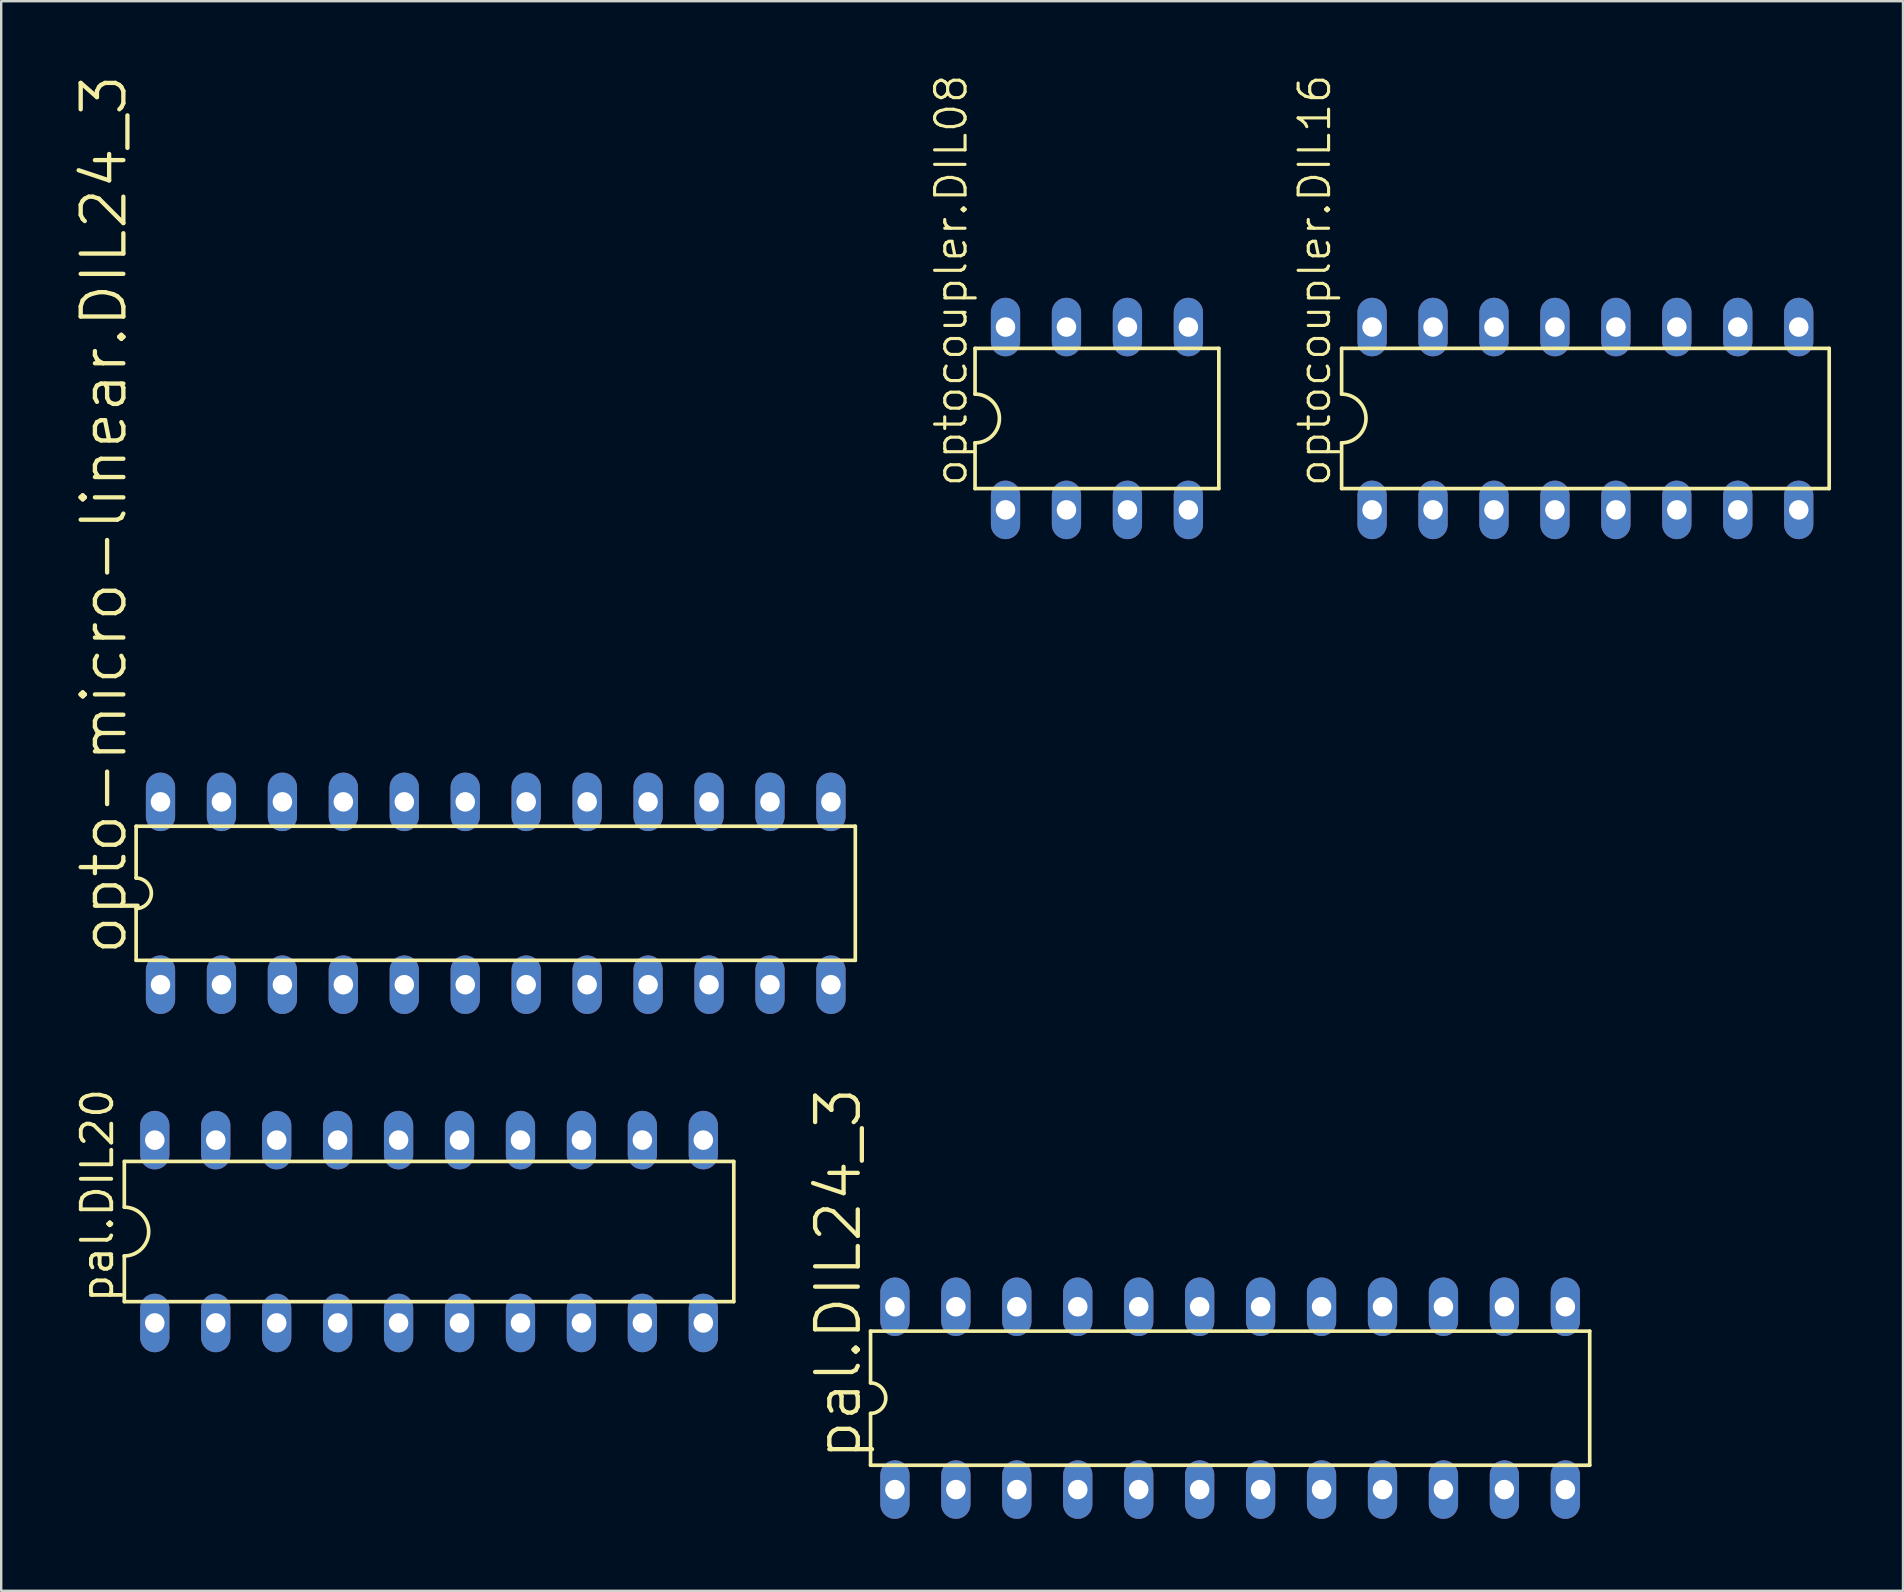
<source format=kicad_pcb>
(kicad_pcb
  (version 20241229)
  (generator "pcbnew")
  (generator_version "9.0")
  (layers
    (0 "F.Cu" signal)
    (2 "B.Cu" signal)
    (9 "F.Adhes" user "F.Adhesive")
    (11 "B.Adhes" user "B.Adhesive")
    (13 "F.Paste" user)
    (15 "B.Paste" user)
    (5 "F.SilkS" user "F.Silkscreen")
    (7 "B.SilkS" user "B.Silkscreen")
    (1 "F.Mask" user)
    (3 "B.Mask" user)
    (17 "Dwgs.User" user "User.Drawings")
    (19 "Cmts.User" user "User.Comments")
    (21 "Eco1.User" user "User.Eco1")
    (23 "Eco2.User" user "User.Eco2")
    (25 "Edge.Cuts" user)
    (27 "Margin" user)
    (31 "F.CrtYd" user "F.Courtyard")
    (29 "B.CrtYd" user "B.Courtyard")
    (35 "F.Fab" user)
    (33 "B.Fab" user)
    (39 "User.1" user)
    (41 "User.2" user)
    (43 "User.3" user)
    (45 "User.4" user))
  (footprint "opto-micro-linear.DIL24_3"
    (layer "F.Cu")
    (at 17.609 34.178)
    (property "Reference" "opto-micro-linear.DIL24_3" (at -15.291 2.667 90) (layer "F.SilkS") (effects (font (size 1.778 1.778) (thickness 0.18)) (justify left bottom)))
    (attr through_hole)
    (fp_line (start -14.986 -2.794) (end -14.986 -0.635) (stroke (width 0.152) (type default)) (layer "F.SilkS"))
    (fp_line (start -14.986 -2.794) (end 14.986 -2.794) (stroke (width 0.152) (type default)) (layer "F.SilkS"))
    (fp_line (start -14.986 0.635) (end -14.986 2.794) (stroke (width 0.152) (type default)) (layer "F.SilkS"))
    (fp_line (start -14.986 2.794) (end 14.986 2.794) (stroke (width 0.152) (type default)) (layer "F.SilkS"))
    (fp_line (start 14.986 2.794) (end 14.986 -2.794) (stroke (width 0.152) (type default)) (layer "F.SilkS"))
    (fp_arc (start -14.986 -0.635) (mid -14.351 0) (end -14.986 0.635) (stroke (width 0.1524) (type default)) (layer "F.SilkS"))
    (pad "1" thru_hole oval (at -13.97 3.81 90) (size 2.438 1.219) (drill 0.813) (layers "*.Cu" "*.Mask"))
    (pad "2" thru_hole oval (at -11.43 3.81 90) (size 2.438 1.219) (drill 0.813) (layers "*.Cu" "*.Mask"))
    (pad "3" thru_hole oval (at -8.89 3.81 90) (size 2.438 1.219) (drill 0.813) (layers "*.Cu" "*.Mask"))
    (pad "4" thru_hole oval (at -6.35 3.81 90) (size 2.438 1.219) (drill 0.813) (layers "*.Cu" "*.Mask"))
    (pad "5" thru_hole oval (at -3.81 3.81 90) (size 2.438 1.219) (drill 0.813) (layers "*.Cu" "*.Mask"))
    (pad "6" thru_hole oval (at -1.27 3.81 90) (size 2.438 1.219) (drill 0.813) (layers "*.Cu" "*.Mask"))
    (pad "7" thru_hole oval (at 1.27 3.81 90) (size 2.438 1.219) (drill 0.813) (layers "*.Cu" "*.Mask"))
    (pad "8" thru_hole oval (at 3.81 3.81 90) (size 2.438 1.219) (drill 0.813) (layers "*.Cu" "*.Mask"))
    (pad "9" thru_hole oval (at 6.35 3.81 90) (size 2.438 1.219) (drill 0.813) (layers "*.Cu" "*.Mask"))
    (pad "10" thru_hole oval (at 8.89 3.81 90) (size 2.438 1.219) (drill 0.813) (layers "*.Cu" "*.Mask"))
    (pad "11" thru_hole oval (at 11.43 3.81 90) (size 2.438 1.219) (drill 0.813) (layers "*.Cu" "*.Mask"))
    (pad "12" thru_hole oval (at 13.97 3.81 90) (size 2.438 1.219) (drill 0.813) (layers "*.Cu" "*.Mask"))
    (pad "13" thru_hole oval (at 13.97 -3.81 90) (size 2.438 1.219) (drill 0.813) (layers "*.Cu" "*.Mask"))
    (pad "14" thru_hole oval (at 11.43 -3.81 90) (size 2.438 1.219) (drill 0.813) (layers "*.Cu" "*.Mask"))
    (pad "15" thru_hole oval (at 8.89 -3.81 90) (size 2.438 1.219) (drill 0.813) (layers "*.Cu" "*.Mask"))
    (pad "16" thru_hole oval (at 6.35 -3.81 90) (size 2.438 1.219) (drill 0.813) (layers "*.Cu" "*.Mask"))
    (pad "17" thru_hole oval (at 3.81 -3.81 90) (size 2.438 1.219) (drill 0.813) (layers "*.Cu" "*.Mask"))
    (pad "18" thru_hole oval (at 1.27 -3.81 90) (size 2.438 1.219) (drill 0.813) (layers "*.Cu" "*.Mask"))
    (pad "19" thru_hole oval (at -1.27 -3.81 90) (size 2.438 1.219) (drill 0.813) (layers "*.Cu" "*.Mask"))
    (pad "20" thru_hole oval (at -3.81 -3.81 90) (size 2.438 1.219) (drill 0.813) (layers "*.Cu" "*.Mask"))
    (pad "21" thru_hole oval (at -6.35 -3.81 90) (size 2.438 1.219) (drill 0.813) (layers "*.Cu" "*.Mask"))
    (pad "22" thru_hole oval (at -8.89 -3.81 90) (size 2.438 1.219) (drill 0.813) (layers "*.Cu" "*.Mask"))
    (pad "23" thru_hole oval (at -11.43 -3.81 90) (size 2.438 1.219) (drill 0.813) (layers "*.Cu" "*.Mask"))
    (pad "24" thru_hole oval (at -13.97 -3.81 90) (size 2.438 1.219) (drill 0.813) (layers "*.Cu" "*.Mask")))
  (footprint "optocoupler.DIL16"
    (layer "F.Cu")
    (at 63.022 14.39)
    (property "Reference" "optocoupler.DIL16" (at -10.541 2.921 90) (layer "F.SilkS") (effects (font (size 1.27 1.27) (thickness 0.13)) (justify left bottom)))
    (attr through_hole)
    (fp_line (start -10.16 -2.921) (end -10.16 -1.016) (stroke (width 0.152) (type default)) (layer "F.SilkS"))
    (fp_line (start -10.16 2.921) (end -10.16 1.016) (stroke (width 0.152) (type default)) (layer "F.SilkS"))
    (fp_line (start -10.16 2.921) (end 10.16 2.921) (stroke (width 0.152) (type default)) (layer "F.SilkS"))
    (fp_line (start 10.16 -2.921) (end -10.16 -2.921) (stroke (width 0.152) (type default)) (layer "F.SilkS"))
    (fp_line (start 10.16 -2.921) (end 10.16 2.921) (stroke (width 0.152) (type default)) (layer "F.SilkS"))
    (fp_arc (start -10.16 -1.016) (mid -9.144 0) (end -10.16 1.016) (stroke (width 0.1524) (type default)) (layer "F.SilkS"))
    (pad "1" thru_hole oval (at -8.89 3.81 90) (size 2.438 1.219) (drill 0.813) (layers "*.Cu" "*.Mask"))
    (pad "2" thru_hole oval (at -6.35 3.81 90) (size 2.438 1.219) (drill 0.813) (layers "*.Cu" "*.Mask"))
    (pad "3" thru_hole oval (at -3.81 3.81 90) (size 2.438 1.219) (drill 0.813) (layers "*.Cu" "*.Mask"))
    (pad "4" thru_hole oval (at -1.27 3.81 90) (size 2.438 1.219) (drill 0.813) (layers "*.Cu" "*.Mask"))
    (pad "5" thru_hole oval (at 1.27 3.81 90) (size 2.438 1.219) (drill 0.813) (layers "*.Cu" "*.Mask"))
    (pad "6" thru_hole oval (at 3.81 3.81 90) (size 2.438 1.219) (drill 0.813) (layers "*.Cu" "*.Mask"))
    (pad "7" thru_hole oval (at 6.35 3.81 90) (size 2.438 1.219) (drill 0.813) (layers "*.Cu" "*.Mask"))
    (pad "8" thru_hole oval (at 8.89 3.81 90) (size 2.438 1.219) (drill 0.813) (layers "*.Cu" "*.Mask"))
    (pad "9" thru_hole oval (at 8.89 -3.81 90) (size 2.438 1.219) (drill 0.813) (layers "*.Cu" "*.Mask"))
    (pad "10" thru_hole oval (at 6.35 -3.81 90) (size 2.438 1.219) (drill 0.813) (layers "*.Cu" "*.Mask"))
    (pad "11" thru_hole oval (at 3.81 -3.81 90) (size 2.438 1.219) (drill 0.813) (layers "*.Cu" "*.Mask"))
    (pad "12" thru_hole oval (at 1.27 -3.81 90) (size 2.438 1.219) (drill 0.813) (layers "*.Cu" "*.Mask"))
    (pad "13" thru_hole oval (at -1.27 -3.81 90) (size 2.438 1.219) (drill 0.813) (layers "*.Cu" "*.Mask"))
    (pad "14" thru_hole oval (at -3.81 -3.81 90) (size 2.438 1.219) (drill 0.813) (layers "*.Cu" "*.Mask"))
    (pad "15" thru_hole oval (at -6.35 -3.81 90) (size 2.438 1.219) (drill 0.813) (layers "*.Cu" "*.Mask"))
    (pad "16" thru_hole oval (at -8.89 -3.81 90) (size 2.438 1.219) (drill 0.813) (layers "*.Cu" "*.Mask")))
  (footprint "pal.DIL20"
    (layer "F.Cu")
    (at 14.831 48.275)
    (property "Reference" "pal.DIL20" (at -13.081 3.048 90) (layer "F.SilkS") (effects (font (size 1.27 1.27) (thickness 0.16)) (justify left bottom)))
    (attr through_hole)
    (fp_line (start -12.7 -2.921) (end -12.7 -1.016) (stroke (width 0.152) (type default)) (layer "F.SilkS"))
    (fp_line (start -12.7 2.921) (end -12.7 1.016) (stroke (width 0.152) (type default)) (layer "F.SilkS"))
    (fp_line (start -12.7 2.921) (end 12.7 2.921) (stroke (width 0.152) (type default)) (layer "F.SilkS"))
    (fp_line (start 12.7 -2.921) (end -12.7 -2.921) (stroke (width 0.152) (type default)) (layer "F.SilkS"))
    (fp_line (start 12.7 -2.921) (end 12.7 2.921) (stroke (width 0.152) (type default)) (layer "F.SilkS"))
    (fp_arc (start -12.7 -1.016) (mid -11.684 0) (end -12.7 1.016) (stroke (width 0.1524) (type default)) (layer "F.SilkS"))
    (pad "1" thru_hole oval (at -11.43 3.81 90) (size 2.438 1.219) (drill 0.813) (layers "*.Cu" "*.Mask"))
    (pad "2" thru_hole oval (at -8.89 3.81 90) (size 2.438 1.219) (drill 0.813) (layers "*.Cu" "*.Mask"))
    (pad "3" thru_hole oval (at -6.35 3.81 90) (size 2.438 1.219) (drill 0.813) (layers "*.Cu" "*.Mask"))
    (pad "4" thru_hole oval (at -3.81 3.81 90) (size 2.438 1.219) (drill 0.813) (layers "*.Cu" "*.Mask"))
    (pad "5" thru_hole oval (at -1.27 3.81 90) (size 2.438 1.219) (drill 0.813) (layers "*.Cu" "*.Mask"))
    (pad "6" thru_hole oval (at 1.27 3.81 90) (size 2.438 1.219) (drill 0.813) (layers "*.Cu" "*.Mask"))
    (pad "7" thru_hole oval (at 3.81 3.81 90) (size 2.438 1.219) (drill 0.813) (layers "*.Cu" "*.Mask"))
    (pad "8" thru_hole oval (at 6.35 3.81 90) (size 2.438 1.219) (drill 0.813) (layers "*.Cu" "*.Mask"))
    (pad "9" thru_hole oval (at 8.89 3.81 90) (size 2.438 1.219) (drill 0.813) (layers "*.Cu" "*.Mask"))
    (pad "10" thru_hole oval (at 11.43 3.81 90) (size 2.438 1.219) (drill 0.813) (layers "*.Cu" "*.Mask"))
    (pad "11" thru_hole oval (at 11.43 -3.81 90) (size 2.438 1.219) (drill 0.813) (layers "*.Cu" "*.Mask"))
    (pad "12" thru_hole oval (at 8.89 -3.81 90) (size 2.438 1.219) (drill 0.813) (layers "*.Cu" "*.Mask"))
    (pad "13" thru_hole oval (at 6.35 -3.81 90) (size 2.438 1.219) (drill 0.813) (layers "*.Cu" "*.Mask"))
    (pad "14" thru_hole oval (at 3.81 -3.81 90) (size 2.438 1.219) (drill 0.813) (layers "*.Cu" "*.Mask"))
    (pad "15" thru_hole oval (at 1.27 -3.81 90) (size 2.438 1.219) (drill 0.813) (layers "*.Cu" "*.Mask"))
    (pad "16" thru_hole oval (at -1.27 -3.81 90) (size 2.438 1.219) (drill 0.813) (layers "*.Cu" "*.Mask"))
    (pad "17" thru_hole oval (at -3.81 -3.81 90) (size 2.438 1.219) (drill 0.813) (layers "*.Cu" "*.Mask"))
    (pad "18" thru_hole oval (at -6.35 -3.81 90) (size 2.438 1.219) (drill 0.813) (layers "*.Cu" "*.Mask"))
    (pad "19" thru_hole oval (at -8.89 -3.81 90) (size 2.438 1.219) (drill 0.813) (layers "*.Cu" "*.Mask"))
    (pad "20" thru_hole oval (at -11.43 -3.81 90) (size 2.438 1.219) (drill 0.813) (layers "*.Cu" "*.Mask")))
  (footprint "pal.DIL24_3"
    (layer "F.Cu")
    (at 48.216 55.219)
    (property "Reference" "pal.DIL24_3" (at -15.291 2.667 90) (layer "F.SilkS") (effects (font (size 1.778 1.778) (thickness 0.18)) (justify left bottom)))
    (attr through_hole)
    (fp_line (start -14.986 -2.794) (end -14.986 -0.635) (stroke (width 0.152) (type default)) (layer "F.SilkS"))
    (fp_line (start -14.986 -2.794) (end 14.986 -2.794) (stroke (width 0.152) (type default)) (layer "F.SilkS"))
    (fp_line (start -14.986 0.635) (end -14.986 2.794) (stroke (width 0.152) (type default)) (layer "F.SilkS"))
    (fp_line (start -14.986 2.794) (end 14.986 2.794) (stroke (width 0.152) (type default)) (layer "F.SilkS"))
    (fp_line (start 14.986 2.794) (end 14.986 -2.794) (stroke (width 0.152) (type default)) (layer "F.SilkS"))
    (fp_arc (start -14.986 -0.635) (mid -14.351 0) (end -14.986 0.635) (stroke (width 0.1524) (type default)) (layer "F.SilkS"))
    (pad "1" thru_hole oval (at -13.97 3.81 90) (size 2.438 1.219) (drill 0.813) (layers "*.Cu" "*.Mask"))
    (pad "2" thru_hole oval (at -11.43 3.81 90) (size 2.438 1.219) (drill 0.813) (layers "*.Cu" "*.Mask"))
    (pad "3" thru_hole oval (at -8.89 3.81 90) (size 2.438 1.219) (drill 0.813) (layers "*.Cu" "*.Mask"))
    (pad "4" thru_hole oval (at -6.35 3.81 90) (size 2.438 1.219) (drill 0.813) (layers "*.Cu" "*.Mask"))
    (pad "5" thru_hole oval (at -3.81 3.81 90) (size 2.438 1.219) (drill 0.813) (layers "*.Cu" "*.Mask"))
    (pad "6" thru_hole oval (at -1.27 3.81 90) (size 2.438 1.219) (drill 0.813) (layers "*.Cu" "*.Mask"))
    (pad "7" thru_hole oval (at 1.27 3.81 90) (size 2.438 1.219) (drill 0.813) (layers "*.Cu" "*.Mask"))
    (pad "8" thru_hole oval (at 3.81 3.81 90) (size 2.438 1.219) (drill 0.813) (layers "*.Cu" "*.Mask"))
    (pad "9" thru_hole oval (at 6.35 3.81 90) (size 2.438 1.219) (drill 0.813) (layers "*.Cu" "*.Mask"))
    (pad "10" thru_hole oval (at 8.89 3.81 90) (size 2.438 1.219) (drill 0.813) (layers "*.Cu" "*.Mask"))
    (pad "11" thru_hole oval (at 11.43 3.81 90) (size 2.438 1.219) (drill 0.813) (layers "*.Cu" "*.Mask"))
    (pad "12" thru_hole oval (at 13.97 3.81 90) (size 2.438 1.219) (drill 0.813) (layers "*.Cu" "*.Mask"))
    (pad "13" thru_hole oval (at 13.97 -3.81 90) (size 2.438 1.219) (drill 0.813) (layers "*.Cu" "*.Mask"))
    (pad "14" thru_hole oval (at 11.43 -3.81 90) (size 2.438 1.219) (drill 0.813) (layers "*.Cu" "*.Mask"))
    (pad "15" thru_hole oval (at 8.89 -3.81 90) (size 2.438 1.219) (drill 0.813) (layers "*.Cu" "*.Mask"))
    (pad "16" thru_hole oval (at 6.35 -3.81 90) (size 2.438 1.219) (drill 0.813) (layers "*.Cu" "*.Mask"))
    (pad "17" thru_hole oval (at 3.81 -3.81 90) (size 2.438 1.219) (drill 0.813) (layers "*.Cu" "*.Mask"))
    (pad "18" thru_hole oval (at 1.27 -3.81 90) (size 2.438 1.219) (drill 0.813) (layers "*.Cu" "*.Mask"))
    (pad "19" thru_hole oval (at -1.27 -3.81 90) (size 2.438 1.219) (drill 0.813) (layers "*.Cu" "*.Mask"))
    (pad "20" thru_hole oval (at -3.81 -3.81 90) (size 2.438 1.219) (drill 0.813) (layers "*.Cu" "*.Mask"))
    (pad "21" thru_hole oval (at -6.35 -3.81 90) (size 2.438 1.219) (drill 0.813) (layers "*.Cu" "*.Mask"))
    (pad "22" thru_hole oval (at -8.89 -3.81 90) (size 2.438 1.219) (drill 0.813) (layers "*.Cu" "*.Mask"))
    (pad "23" thru_hole oval (at -11.43 -3.81 90) (size 2.438 1.219) (drill 0.813) (layers "*.Cu" "*.Mask"))
    (pad "24" thru_hole oval (at -13.97 -3.81 90) (size 2.438 1.219) (drill 0.813) (layers "*.Cu" "*.Mask")))
  (footprint "optocoupler.DIL08"
    (layer "F.Cu")
    (at 42.665 14.39)
    (property "Reference" "optocoupler.DIL08" (at -5.334 2.921 90) (layer "F.SilkS") (effects (font (size 1.27 1.27) (thickness 0.13)) (justify left bottom)))
    (attr through_hole)
    (fp_line (start -5.08 -2.921) (end -5.08 -1.016) (stroke (width 0.152) (type default)) (layer "F.SilkS"))
    (fp_line (start -5.08 2.921) (end -5.08 1.016) (stroke (width 0.152) (type default)) (layer "F.SilkS"))
    (fp_line (start -5.08 2.921) (end 5.08 2.921) (stroke (width 0.152) (type default)) (layer "F.SilkS"))
    (fp_line (start 5.08 -2.921) (end -5.08 -2.921) (stroke (width 0.152) (type default)) (layer "F.SilkS"))
    (fp_line (start 5.08 -2.921) (end 5.08 2.921) (stroke (width 0.152) (type default)) (layer "F.SilkS"))
    (fp_arc (start -5.08 -1.016) (mid -4.064 0) (end -5.08 1.016) (stroke (width 0.1524) (type default)) (layer "F.SilkS"))
    (pad "1" thru_hole oval (at -3.81 3.81 90) (size 2.438 1.219) (drill 0.813) (layers "*.Cu" "*.Mask"))
    (pad "2" thru_hole oval (at -1.27 3.81 90) (size 2.438 1.219) (drill 0.813) (layers "*.Cu" "*.Mask"))
    (pad "3" thru_hole oval (at 1.27 3.81 90) (size 2.438 1.219) (drill 0.813) (layers "*.Cu" "*.Mask"))
    (pad "4" thru_hole oval (at 3.81 3.81 90) (size 2.438 1.219) (drill 0.813) (layers "*.Cu" "*.Mask"))
    (pad "5" thru_hole oval (at 3.81 -3.81 90) (size 2.438 1.219) (drill 0.813) (layers "*.Cu" "*.Mask"))
    (pad "6" thru_hole oval (at 1.27 -3.81 90) (size 2.438 1.219) (drill 0.813) (layers "*.Cu" "*.Mask"))
    (pad "7" thru_hole oval (at -1.27 -3.81 90) (size 2.438 1.219) (drill 0.813) (layers "*.Cu" "*.Mask"))
    (pad "8" thru_hole oval (at -3.81 -3.81 90) (size 2.438 1.219) (drill 0.813) (layers "*.Cu" "*.Mask")))
  (gr_rect
    (start -3 -3)
    (end 76.258 63.248)
    (stroke (width 0.1) (type default))
    (fill no)
    (layer "Edge.Cuts")))
</source>
